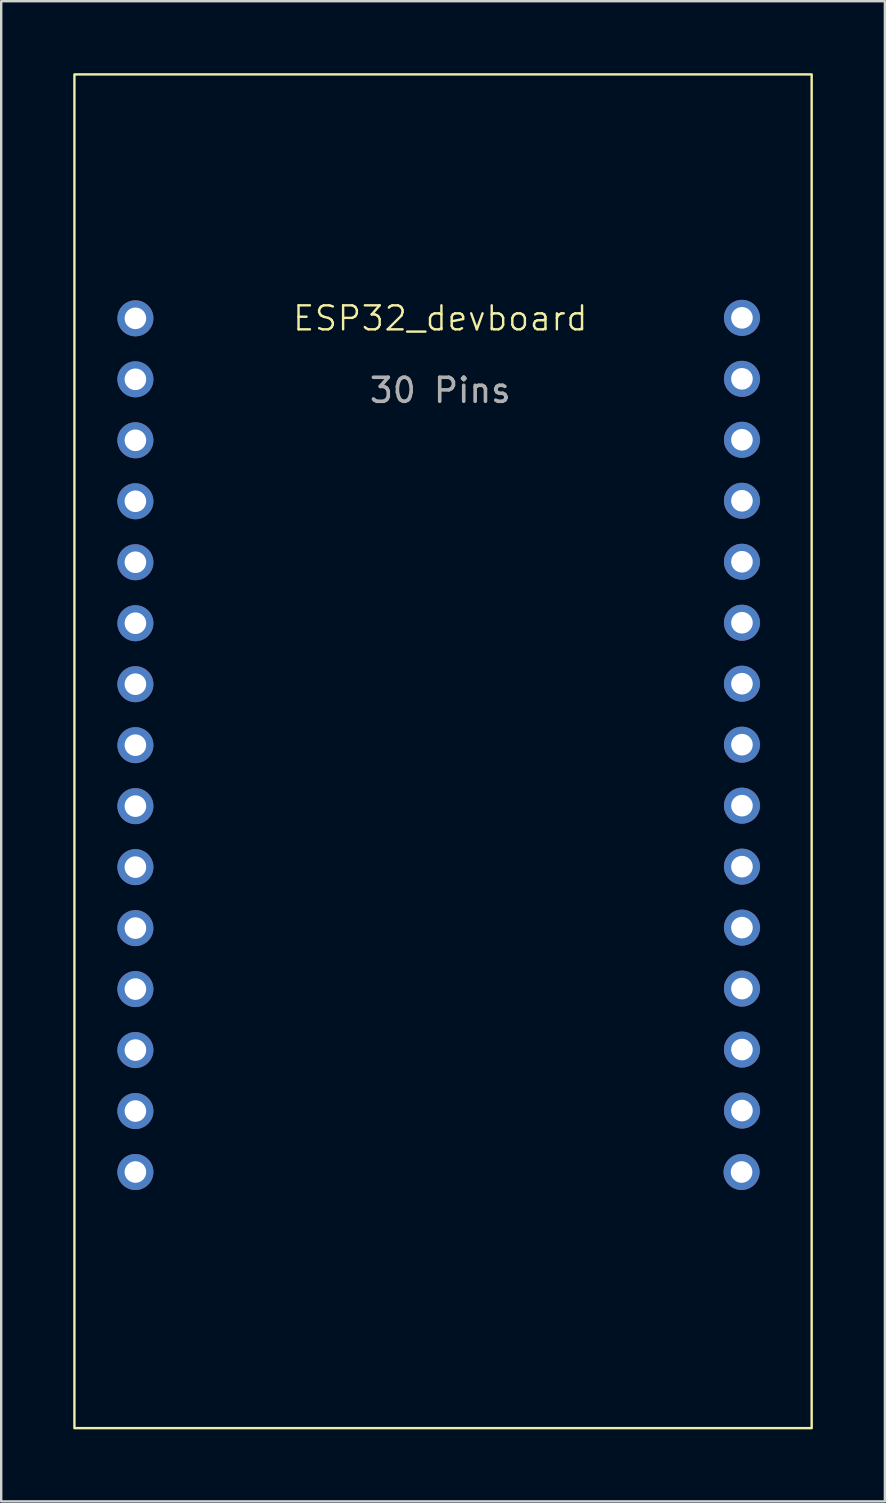
<source format=kicad_pcb>
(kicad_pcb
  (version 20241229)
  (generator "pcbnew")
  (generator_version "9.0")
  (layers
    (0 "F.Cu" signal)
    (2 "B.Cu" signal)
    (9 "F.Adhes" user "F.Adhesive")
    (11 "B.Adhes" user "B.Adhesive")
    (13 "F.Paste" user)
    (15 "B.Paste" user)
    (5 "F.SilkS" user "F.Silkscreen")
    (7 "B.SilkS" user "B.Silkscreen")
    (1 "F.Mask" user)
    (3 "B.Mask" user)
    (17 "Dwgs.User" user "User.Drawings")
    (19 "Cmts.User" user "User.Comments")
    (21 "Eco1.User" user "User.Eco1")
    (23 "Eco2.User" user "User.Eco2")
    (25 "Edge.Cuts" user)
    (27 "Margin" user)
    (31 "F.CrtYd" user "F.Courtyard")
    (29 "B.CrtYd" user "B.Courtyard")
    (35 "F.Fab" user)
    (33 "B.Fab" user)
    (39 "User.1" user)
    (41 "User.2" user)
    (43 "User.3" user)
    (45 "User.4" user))
  (footprint "ESP32_devboard"
    (layer "F.Cu")
    (at 2.59 5.13)
    (property "Reference" "ESP32_devboard" (at 12.7 5.08 0) (unlocked yes) (layer "F.SilkS") (effects (font (size 1 1) (thickness 0.1))))
    (attr smd)
    (fp_rect (start -2.54 -5.08) (end 28.17 51.31) (stroke (width 0.1) (type solid)) (fill no) (layer "F.SilkS"))
    (fp_text user "30 Pins" (at 12.7 8.08 0) (unlocked yes) (layer "F.Fab") (effects (font (size 1 1) (thickness 0.15))))
    (pad "0" thru_hole circle (at 0 40.64) (size 1.5 1.5) (drill 0.9) (layers "*.Cu" "*.Mask"))
    (pad "1" thru_hole circle (at 0 38.1) (size 1.5 1.5) (drill 0.9) (layers "*.Cu" "*.Mask"))
    (pad "2" thru_hole circle (at 25.25 40.64) (size 1.5 1.5) (drill 0.9) (layers "*.Cu" "*.Mask"))
    (pad "3" thru_hole circle (at 25.266 38.08) (size 1.5 1.5) (drill 0.9) (layers "*.Cu" "*.Mask"))
    (pad "4" thru_hole circle (at 0 5.08) (size 1.5 1.5) (drill 0.9) (layers "*.Cu" "*.Mask"))
    (pad "5" thru_hole circle (at 0 7.62) (size 1.5 1.5) (drill 0.9) (layers "*.Cu" "*.Mask"))
    (pad "8" thru_hole circle (at 0 10.16) (size 1.5 1.5) (drill 0.9) (layers "*.Cu" "*.Mask"))
    (pad "10" thru_hole circle (at 0 12.7) (size 1.5 1.5) (drill 0.9) (layers "*.Cu" "*.Mask"))
    (pad "11" thru_hole circle (at 0 15.24) (size 1.5 1.5) (drill 0.9) (layers "*.Cu" "*.Mask"))
    (pad "12" thru_hole circle (at 0 17.78) (size 1.5 1.5) (drill 0.9) (layers "*.Cu" "*.Mask"))
    (pad "13" thru_hole circle (at 0 20.32) (size 1.5 1.5) (drill 0.9) (layers "*.Cu" "*.Mask"))
    (pad "14" thru_hole circle (at 0 22.86) (size 1.5 1.5) (drill 0.9) (layers "*.Cu" "*.Mask"))
    (pad "15" thru_hole circle (at 0 25.4) (size 1.5 1.5) (drill 0.9) (layers "*.Cu" "*.Mask"))
    (pad "16" thru_hole circle (at 0 27.94) (size 1.5 1.5) (drill 0.9) (layers "*.Cu" "*.Mask"))
    (pad "17" thru_hole circle (at 0 30.48) (size 1.5 1.5) (drill 0.9) (layers "*.Cu" "*.Mask"))
    (pad "18" thru_hole circle (at 0 33.02) (size 1.5 1.5) (drill 0.9) (layers "*.Cu" "*.Mask"))
    (pad "20" thru_hole circle (at 0 35.56) (size 1.5 1.5) (drill 0.9) (layers "*.Cu" "*.Mask"))
    (pad "21" thru_hole circle (at 25.266 35.54) (size 1.5 1.5) (drill 0.9) (layers "*.Cu" "*.Mask"))
    (pad "22" thru_hole circle (at 25.266 33) (size 1.5 1.5) (drill 0.9) (layers "*.Cu" "*.Mask"))
    (pad "24" thru_hole circle (at 25.266 30.46) (size 1.5 1.5) (drill 0.9) (layers "*.Cu" "*.Mask"))
    (pad "25" thru_hole circle (at 25.266 27.92) (size 1.5 1.5) (drill 0.9) (layers "*.Cu" "*.Mask"))
    (pad "27" thru_hole circle (at 25.266 25.38) (size 1.5 1.5) (drill 0.9) (layers "*.Cu" "*.Mask"))
    (pad "34" thru_hole circle (at 25.266 22.84) (size 1.5 1.5) (drill 0.9) (layers "*.Cu" "*.Mask"))
    (pad "35" thru_hole circle (at 25.266 20.3) (size 1.5 1.5) (drill 0.9) (layers "*.Cu" "*.Mask"))
    (pad "36" thru_hole circle (at 25.266 5.06) (size 1.5 1.5) (drill 0.9) (layers "*.Cu" "*.Mask"))
    (pad "38" thru_hole circle (at 25.266 17.76) (size 1.5 1.5) (drill 0.9) (layers "*.Cu" "*.Mask"))
    (pad "39" thru_hole circle (at 25.266 7.6) (size 1.5 1.5) (drill 0.9) (layers "*.Cu" "*.Mask"))
    (pad "40" thru_hole circle (at 25.266 12.68) (size 1.5 1.5) (drill 0.9) (layers "*.Cu" "*.Mask"))
    (pad "41" thru_hole circle (at 25.266 10.14) (size 1.5 1.5) (drill 0.9) (layers "*.Cu" "*.Mask"))
    (pad "42" thru_hole circle (at 25.266 15.22) (size 1.5 1.5) (drill 0.9) (layers "*.Cu" "*.Mask")))
  (gr_rect
    (start -3 -3)
    (end 33.81 59.49)
    (stroke (width 0.1) (type default))
    (fill no)
    (layer "Edge.Cuts")))
</source>
